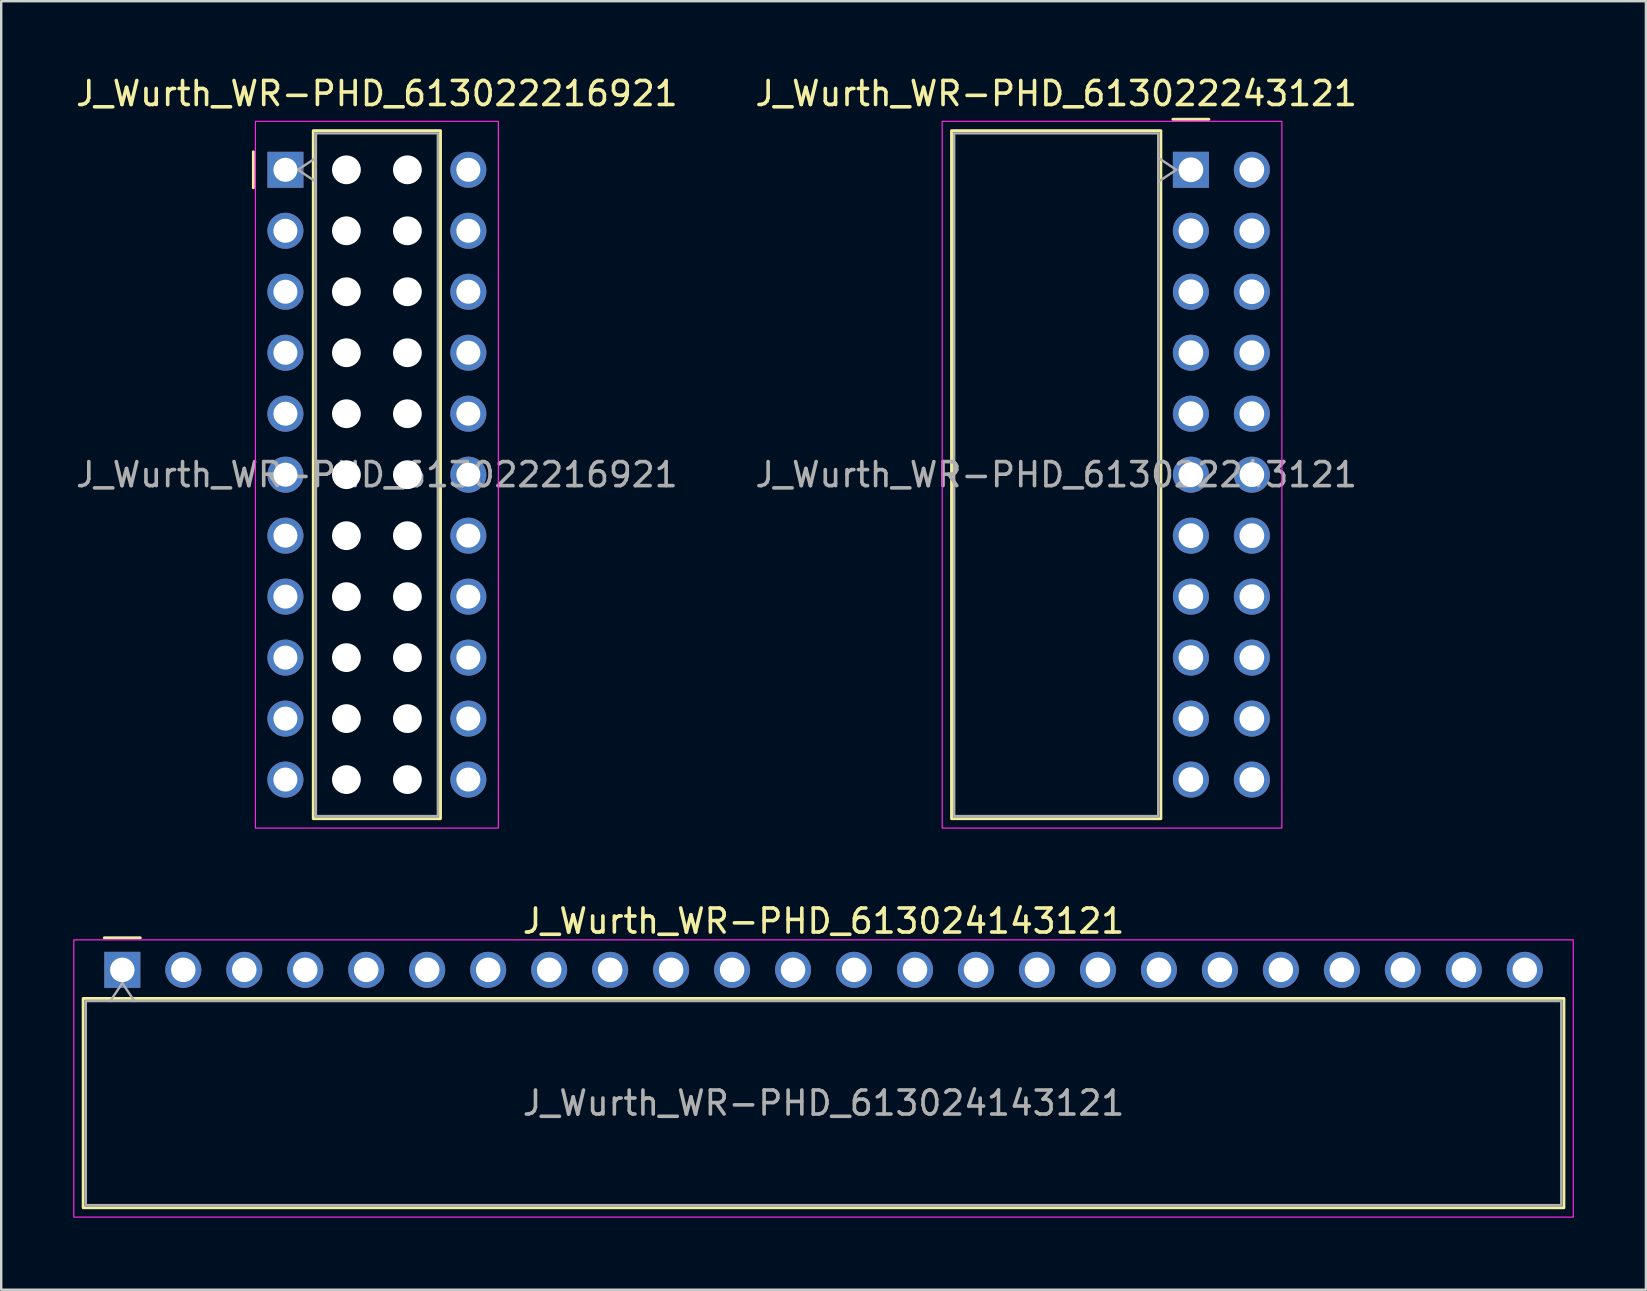
<source format=kicad_pcb>
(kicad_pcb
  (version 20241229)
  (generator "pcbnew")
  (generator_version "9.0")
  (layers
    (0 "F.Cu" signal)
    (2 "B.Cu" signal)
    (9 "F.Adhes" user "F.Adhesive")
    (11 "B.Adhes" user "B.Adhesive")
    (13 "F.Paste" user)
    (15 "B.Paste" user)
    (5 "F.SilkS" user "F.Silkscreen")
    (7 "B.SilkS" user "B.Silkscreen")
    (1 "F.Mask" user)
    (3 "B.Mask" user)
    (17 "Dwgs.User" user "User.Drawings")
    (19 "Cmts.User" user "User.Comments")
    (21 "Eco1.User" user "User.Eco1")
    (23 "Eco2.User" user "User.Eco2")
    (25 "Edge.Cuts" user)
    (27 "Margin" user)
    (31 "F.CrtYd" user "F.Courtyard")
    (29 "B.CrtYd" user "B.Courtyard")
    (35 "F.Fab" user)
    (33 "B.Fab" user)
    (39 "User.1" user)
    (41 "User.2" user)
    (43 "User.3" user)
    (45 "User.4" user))
  (footprint "J_Wurth_WR-PHD_613022216921"
    (layer "F.Cu")
    (at 8.839 4.023)
    (property "Reference" "J_Wurth_WR-PHD_613022216921" (at 3.81 -3.175 0) (unlocked yes) (layer "F.SilkS") (effects (font (size 1 1) (thickness 0.15))))
    (attr through_hole)
    (fp_line (start -1.335 -0.75) (end -1.335 0.75) (stroke (width 0.12) (type solid)) (layer "F.SilkS"))
    (fp_rect (start 1.16 -1.63) (end 6.46 27.03) (stroke (width 0.12) (type solid)) (fill no) (layer "F.SilkS"))
    (fp_rect (start -1.25 -2.02) (end 8.87 27.42) (stroke (width 0.05) (type solid)) (fill no) (layer "F.CrtYd"))
    (fp_line (start 0.52 0) (end 1.27 -0.5) (stroke (width 0.1) (type solid)) (layer "F.Fab"))
    (fp_line (start 0.52 0) (end 1.27 0.5) (stroke (width 0.1) (type solid)) (layer "F.Fab"))
    (fp_rect (start 1.27 -1.52) (end 6.35 26.92) (stroke (width 0.1) (type solid)) (fill no) (layer "F.Fab"))
    (fp_text user "${REFERENCE}" (at 3.81 12.7 0) (unlocked yes) (layer "F.Fab") (effects (font (size 1 1) (thickness 0.15))))
    (pad "" np_thru_hole circle (at 2.54 0 270) (size 1.2 1.2) (drill 1.2) (layers "*.Cu" "*.Mask"))
    (pad "" np_thru_hole circle (at 2.54 2.54 270) (size 1.2 1.2) (drill 1.2) (layers "*.Cu" "*.Mask"))
    (pad "" np_thru_hole circle (at 2.54 5.08 270) (size 1.2 1.2) (drill 1.2) (layers "*.Cu" "*.Mask"))
    (pad "" np_thru_hole circle (at 2.54 7.62 270) (size 1.2 1.2) (drill 1.2) (layers "*.Cu" "*.Mask"))
    (pad "" np_thru_hole circle (at 2.54 10.16 270) (size 1.2 1.2) (drill 1.2) (layers "*.Cu" "*.Mask"))
    (pad "" np_thru_hole circle (at 2.54 12.7 270) (size 1.2 1.2) (drill 1.2) (layers "*.Cu" "*.Mask"))
    (pad "" np_thru_hole circle (at 2.54 15.24 270) (size 1.2 1.2) (drill 1.2) (layers "*.Cu" "*.Mask"))
    (pad "" np_thru_hole circle (at 2.54 17.78 270) (size 1.2 1.2) (drill 1.2) (layers "*.Cu" "*.Mask"))
    (pad "" np_thru_hole circle (at 2.54 20.32 270) (size 1.2 1.2) (drill 1.2) (layers "*.Cu" "*.Mask"))
    (pad "" np_thru_hole circle (at 2.54 22.86 270) (size 1.2 1.2) (drill 1.2) (layers "*.Cu" "*.Mask"))
    (pad "" np_thru_hole circle (at 2.54 25.4 270) (size 1.2 1.2) (drill 1.2) (layers "*.Cu" "*.Mask"))
    (pad "" np_thru_hole circle (at 5.08 0 270) (size 1.2 1.2) (drill 1.2) (layers "*.Cu" "*.Mask"))
    (pad "" np_thru_hole circle (at 5.08 2.54 270) (size 1.2 1.2) (drill 1.2) (layers "*.Cu" "*.Mask"))
    (pad "" np_thru_hole circle (at 5.08 5.08 270) (size 1.2 1.2) (drill 1.2) (layers "*.Cu" "*.Mask"))
    (pad "" np_thru_hole circle (at 5.08 7.62 270) (size 1.2 1.2) (drill 1.2) (layers "*.Cu" "*.Mask"))
    (pad "" np_thru_hole circle (at 5.08 10.16 270) (size 1.2 1.2) (drill 1.2) (layers "*.Cu" "*.Mask"))
    (pad "" np_thru_hole circle (at 5.08 12.7 270) (size 1.2 1.2) (drill 1.2) (layers "*.Cu" "*.Mask"))
    (pad "" np_thru_hole circle (at 5.08 15.24 270) (size 1.2 1.2) (drill 1.2) (layers "*.Cu" "*.Mask"))
    (pad "" np_thru_hole circle (at 5.08 17.78 270) (size 1.2 1.2) (drill 1.2) (layers "*.Cu" "*.Mask"))
    (pad "" np_thru_hole circle (at 5.08 20.32 270) (size 1.2 1.2) (drill 1.2) (layers "*.Cu" "*.Mask"))
    (pad "" np_thru_hole circle (at 5.08 22.86 270) (size 1.2 1.2) (drill 1.2) (layers "*.Cu" "*.Mask"))
    (pad "" np_thru_hole circle (at 5.08 25.4 270) (size 1.2 1.2) (drill 1.2) (layers "*.Cu" "*.Mask"))
    (pad "1" thru_hole rect (at 0 0 270) (size 1.5 1.5) (drill 1) (layers "*.Cu" "*.Mask"))
    (pad "2" thru_hole circle (at 7.62 0 270) (size 1.5 1.5) (drill 1) (layers "*.Cu" "*.Mask"))
    (pad "3" thru_hole circle (at 0 2.54 270) (size 1.5 1.5) (drill 1) (layers "*.Cu" "*.Mask"))
    (pad "4" thru_hole circle (at 7.62 2.54 270) (size 1.5 1.5) (drill 1) (layers "*.Cu" "*.Mask"))
    (pad "5" thru_hole circle (at 0 5.08 270) (size 1.5 1.5) (drill 1) (layers "*.Cu" "*.Mask"))
    (pad "6" thru_hole circle (at 7.62 5.08 270) (size 1.5 1.5) (drill 1) (layers "*.Cu" "*.Mask"))
    (pad "7" thru_hole circle (at 0 7.62 270) (size 1.5 1.5) (drill 1) (layers "*.Cu" "*.Mask"))
    (pad "8" thru_hole circle (at 7.62 7.62 270) (size 1.5 1.5) (drill 1) (layers "*.Cu" "*.Mask"))
    (pad "9" thru_hole circle (at 0 10.16 270) (size 1.5 1.5) (drill 1) (layers "*.Cu" "*.Mask"))
    (pad "10" thru_hole circle (at 7.62 10.16 270) (size 1.5 1.5) (drill 1) (layers "*.Cu" "*.Mask"))
    (pad "11" thru_hole circle (at 0 12.7 270) (size 1.5 1.5) (drill 1) (layers "*.Cu" "*.Mask"))
    (pad "12" thru_hole circle (at 7.62 12.7 270) (size 1.5 1.5) (drill 1) (layers "*.Cu" "*.Mask"))
    (pad "13" thru_hole circle (at 0 15.24 270) (size 1.5 1.5) (drill 1) (layers "*.Cu" "*.Mask"))
    (pad "14" thru_hole circle (at 7.62 15.24 270) (size 1.5 1.5) (drill 1) (layers "*.Cu" "*.Mask"))
    (pad "15" thru_hole circle (at 0 17.78 270) (size 1.5 1.5) (drill 1) (layers "*.Cu" "*.Mask"))
    (pad "16" thru_hole circle (at 7.62 17.78 270) (size 1.5 1.5) (drill 1) (layers "*.Cu" "*.Mask"))
    (pad "17" thru_hole circle (at 0 20.32 270) (size 1.5 1.5) (drill 1) (layers "*.Cu" "*.Mask"))
    (pad "18" thru_hole circle (at 7.62 20.32 270) (size 1.5 1.5) (drill 1) (layers "*.Cu" "*.Mask"))
    (pad "19" thru_hole circle (at 0 22.86 270) (size 1.5 1.5) (drill 1) (layers "*.Cu" "*.Mask"))
    (pad "20" thru_hole circle (at 7.62 22.86 270) (size 1.5 1.5) (drill 1) (layers "*.Cu" "*.Mask"))
    (pad "21" thru_hole circle (at 0 25.4 270) (size 1.5 1.5) (drill 1) (layers "*.Cu" "*.Mask"))
    (pad "22" thru_hole circle (at 7.62 25.4 270) (size 1.5 1.5) (drill 1) (layers "*.Cu" "*.Mask")))
  (footprint "J_Wurth_WR-PHD_613022243121"
    (layer "F.Cu")
    (at 46.556 4.023)
    (property "Reference" "J_Wurth_WR-PHD_613022243121" (at -5.61 -3.175 0) (unlocked yes) (layer "F.SilkS") (effects (font (size 1 1) (thickness 0.15))))
    (attr through_hole)
    (fp_line (start -0.75 -2.105) (end 0.75 -2.105) (stroke (width 0.12) (type solid)) (layer "F.SilkS"))
    (fp_rect (start -9.97 -1.63) (end -1.25 27.03) (stroke (width 0.12) (type solid)) (fill no) (layer "F.SilkS"))
    (fp_rect (start -10.36 -2.02) (end 3.79 27.42) (stroke (width 0.05) (type solid)) (fill no) (layer "F.CrtYd"))
    (fp_line (start -0.61 0) (end -1.36 -0.5) (stroke (width 0.1) (type solid)) (layer "F.Fab"))
    (fp_line (start -0.61 0) (end -1.36 0.5) (stroke (width 0.1) (type solid)) (layer "F.Fab"))
    (fp_rect (start -9.86 -1.52) (end -1.36 26.92) (stroke (width 0.1) (type solid)) (fill no) (layer "F.Fab"))
    (fp_text user "${REFERENCE}" (at -5.61 12.7 0) (unlocked yes) (layer "F.Fab") (effects (font (size 1 1) (thickness 0.15))))
    (pad "1" thru_hole rect (at 0 0 270) (size 1.5 1.5) (drill 1.03) (layers "*.Cu" "*.Mask"))
    (pad "2" thru_hole circle (at 2.54 0 270) (size 1.5 1.5) (drill 1.03) (layers "*.Cu" "*.Mask"))
    (pad "3" thru_hole circle (at 0 2.54 270) (size 1.5 1.5) (drill 1.03) (layers "*.Cu" "*.Mask"))
    (pad "4" thru_hole circle (at 2.54 2.54 270) (size 1.5 1.5) (drill 1.03) (layers "*.Cu" "*.Mask"))
    (pad "5" thru_hole circle (at 0 5.08 270) (size 1.5 1.5) (drill 1.03) (layers "*.Cu" "*.Mask"))
    (pad "6" thru_hole circle (at 2.54 5.08 270) (size 1.5 1.5) (drill 1.03) (layers "*.Cu" "*.Mask"))
    (pad "7" thru_hole circle (at 0 7.62 270) (size 1.5 1.5) (drill 1.03) (layers "*.Cu" "*.Mask"))
    (pad "8" thru_hole circle (at 2.54 7.62 270) (size 1.5 1.5) (drill 1.03) (layers "*.Cu" "*.Mask"))
    (pad "9" thru_hole circle (at 0 10.16 270) (size 1.5 1.5) (drill 1.03) (layers "*.Cu" "*.Mask"))
    (pad "10" thru_hole circle (at 2.54 10.16 270) (size 1.5 1.5) (drill 1.03) (layers "*.Cu" "*.Mask"))
    (pad "11" thru_hole circle (at 0 12.7 270) (size 1.5 1.5) (drill 1.03) (layers "*.Cu" "*.Mask"))
    (pad "12" thru_hole circle (at 2.54 12.7 270) (size 1.5 1.5) (drill 1.03) (layers "*.Cu" "*.Mask"))
    (pad "13" thru_hole circle (at 0 15.24 270) (size 1.5 1.5) (drill 1.03) (layers "*.Cu" "*.Mask"))
    (pad "14" thru_hole circle (at 2.54 15.24 270) (size 1.5 1.5) (drill 1.03) (layers "*.Cu" "*.Mask"))
    (pad "15" thru_hole circle (at 0 17.78 270) (size 1.5 1.5) (drill 1.03) (layers "*.Cu" "*.Mask"))
    (pad "16" thru_hole circle (at 2.54 17.78 270) (size 1.5 1.5) (drill 1.03) (layers "*.Cu" "*.Mask"))
    (pad "17" thru_hole circle (at 0 20.32 270) (size 1.5 1.5) (drill 1.03) (layers "*.Cu" "*.Mask"))
    (pad "18" thru_hole circle (at 2.54 20.32 270) (size 1.5 1.5) (drill 1.03) (layers "*.Cu" "*.Mask"))
    (pad "19" thru_hole circle (at 0 22.86 270) (size 1.5 1.5) (drill 1.03) (layers "*.Cu" "*.Mask"))
    (pad "20" thru_hole circle (at 2.54 22.86 270) (size 1.5 1.5) (drill 1.03) (layers "*.Cu" "*.Mask"))
    (pad "21" thru_hole circle (at 0 25.4 270) (size 1.5 1.5) (drill 1.03) (layers "*.Cu" "*.Mask"))
    (pad "22" thru_hole circle (at 2.54 25.4 270) (size 1.5 1.5) (drill 1.03) (layers "*.Cu" "*.Mask")))
  (footprint "J_Wurth_WR-PHD_613024143121"
    (layer "F.Cu")
    (at 2.045 37.349)
    (property "Reference" "J_Wurth_WR-PHD_613024143121" (at 29.21 -2.032 0) (unlocked yes) (layer "F.SilkS") (effects (font (size 1 1) (thickness 0.15))))
    (attr through_hole)
    (fp_line (start -0.75 -1.335) (end 0.75 -1.335) (stroke (width 0.12) (type solid)) (layer "F.SilkS"))
    (fp_rect (start -1.63 1.19) (end 60.05 9.91) (stroke (width 0.12) (type solid)) (fill no) (layer "F.SilkS"))
    (fp_rect (start -2.02 -1.25) (end 60.44 10.3) (stroke (width 0.05) (type solid)) (fill no) (layer "F.CrtYd"))
    (fp_line (start 0 0.55) (end -0.5 1.3) (stroke (width 0.1) (type solid)) (layer "F.Fab"))
    (fp_line (start 0 0.55) (end 0.5 1.3) (stroke (width 0.1) (type solid)) (layer "F.Fab"))
    (fp_rect (start -1.52 1.3) (end 59.94 9.8) (stroke (width 0.1) (type solid)) (fill no) (layer "F.Fab"))
    (fp_text user "${REFERENCE}" (at 29.21 5.55 0) (unlocked yes) (layer "F.Fab") (effects (font (size 1 1) (thickness 0.15))))
    (pad "1" thru_hole rect (at 0 0) (size 1.5 1.5) (drill 1.02) (layers "*.Cu" "*.Mask"))
    (pad "2" thru_hole circle (at 2.54 0) (size 1.5 1.5) (drill 1.02) (layers "*.Cu" "*.Mask"))
    (pad "3" thru_hole circle (at 5.08 0) (size 1.5 1.5) (drill 1.02) (layers "*.Cu" "*.Mask"))
    (pad "4" thru_hole circle (at 7.62 0) (size 1.5 1.5) (drill 1.02) (layers "*.Cu" "*.Mask"))
    (pad "5" thru_hole circle (at 10.16 0) (size 1.5 1.5) (drill 1.02) (layers "*.Cu" "*.Mask"))
    (pad "6" thru_hole circle (at 12.7 0) (size 1.5 1.5) (drill 1.02) (layers "*.Cu" "*.Mask"))
    (pad "7" thru_hole circle (at 15.24 0) (size 1.5 1.5) (drill 1.02) (layers "*.Cu" "*.Mask"))
    (pad "8" thru_hole circle (at 17.78 0) (size 1.5 1.5) (drill 1.02) (layers "*.Cu" "*.Mask"))
    (pad "9" thru_hole circle (at 20.32 0) (size 1.5 1.5) (drill 1.02) (layers "*.Cu" "*.Mask"))
    (pad "10" thru_hole circle (at 22.86 0) (size 1.5 1.5) (drill 1.02) (layers "*.Cu" "*.Mask"))
    (pad "11" thru_hole circle (at 25.4 0) (size 1.5 1.5) (drill 1.02) (layers "*.Cu" "*.Mask"))
    (pad "12" thru_hole circle (at 27.94 0) (size 1.5 1.5) (drill 1.02) (layers "*.Cu" "*.Mask"))
    (pad "13" thru_hole circle (at 30.48 0) (size 1.5 1.5) (drill 1.02) (layers "*.Cu" "*.Mask"))
    (pad "14" thru_hole circle (at 33.02 0) (size 1.5 1.5) (drill 1.02) (layers "*.Cu" "*.Mask"))
    (pad "15" thru_hole circle (at 35.56 0) (size 1.5 1.5) (drill 1.02) (layers "*.Cu" "*.Mask"))
    (pad "16" thru_hole circle (at 38.1 0) (size 1.5 1.5) (drill 1.02) (layers "*.Cu" "*.Mask"))
    (pad "17" thru_hole circle (at 40.64 0) (size 1.5 1.5) (drill 1.02) (layers "*.Cu" "*.Mask"))
    (pad "18" thru_hole circle (at 43.18 0) (size 1.5 1.5) (drill 1.02) (layers "*.Cu" "*.Mask"))
    (pad "19" thru_hole circle (at 45.72 0) (size 1.5 1.5) (drill 1.02) (layers "*.Cu" "*.Mask"))
    (pad "20" thru_hole circle (at 48.26 0) (size 1.5 1.5) (drill 1.02) (layers "*.Cu" "*.Mask"))
    (pad "21" thru_hole circle (at 50.8 0) (size 1.5 1.5) (drill 1.02) (layers "*.Cu" "*.Mask"))
    (pad "22" thru_hole circle (at 53.34 0) (size 1.5 1.5) (drill 1.02) (layers "*.Cu" "*.Mask"))
    (pad "23" thru_hole circle (at 55.88 0) (size 1.5 1.5) (drill 1.02) (layers "*.Cu" "*.Mask"))
    (pad "24" thru_hole circle (at 58.42 0) (size 1.5 1.5) (drill 1.02) (layers "*.Cu" "*.Mask")))
  (gr_rect
    (start -3 -3)
    (end 65.51 50.673)
    (stroke (width 0.1) (type default))
    (fill no)
    (layer "Edge.Cuts")))
</source>
